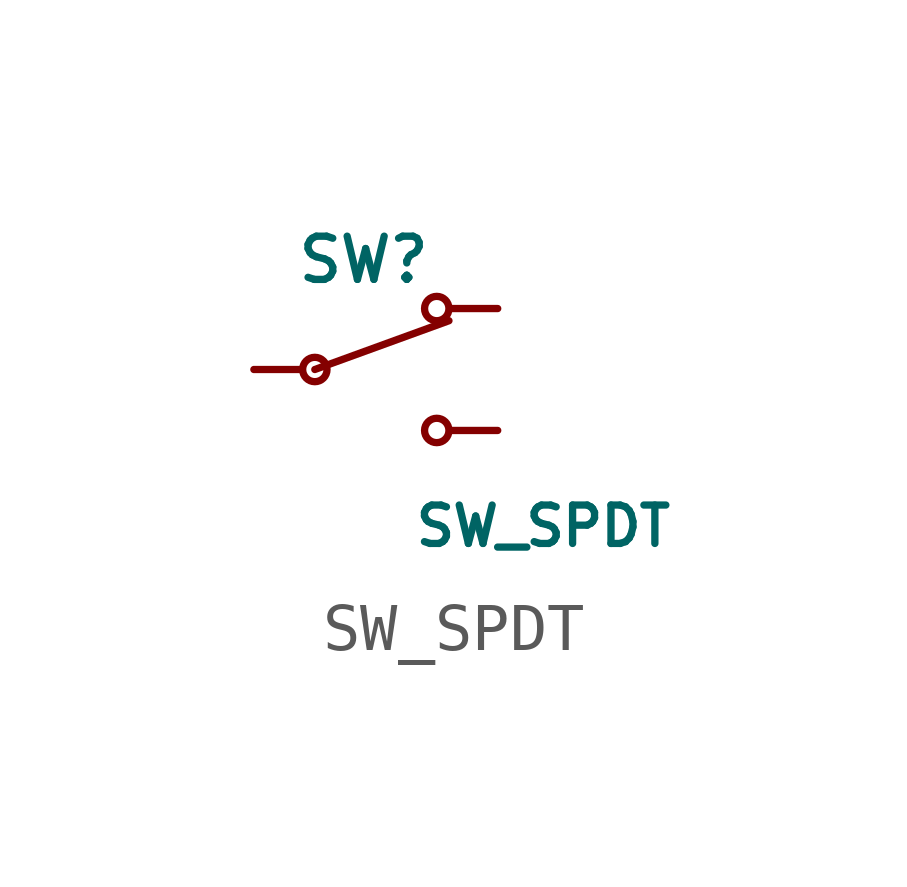
<source format=kicad_sym>
(kicad_symbol_lib
  (version 20231120)
  (generator "kicad_symbol_editor")
  (generator_version "8.0")
  (symbol "SW_SPDT"
    (pin_numbers hide)
    (pin_names
      (offset 0) hide)
    (property "Reference" "SW"
      (at -0.254 2.286 0)
      (effects (font (size 0.9 0.9))))
    (property "Value" "SW_SPDT"
      (at 0.762 -2.794 0)
      (effects (font (size 0.8 0.8)) (justify left top)))
    (symbol "SW_SPDT_0_0"
      (circle (center -1.27 0) (radius 0.254) (stroke (width 0) (type default)) (fill (type none)))
      (circle (center 1.27 -1.27) (radius 0.254) (stroke (width 0) (type default)) (fill (type none)))
      (circle (center 1.27 1.27) (radius 0.254) (stroke (width 0) (type default)) (fill (type none))))
    (symbol "SW_SPDT_0_1"
      (polyline (pts (xy -1.27 0) (xy 1.524 1.016)) (stroke (width 0) (type default)) (fill (type none))))
    (symbol "SW_SPDT_1_1"
      (pin passive line (at -2.54 0 0) (length 1) (name "COM" (effects (font (size 1 1)))) (number "COM" (effects (font (size 1 1)))))
      (pin passive line (at 2.54 1.27 180) (length 1) (name "LC" (effects (font (size 1 1)))) (number "LC" (effects (font (size 1 1)))))
      (pin passive line (at 2.54 -1.27 180) (length 1) (name "RC" (effects (font (size 1 1)))) (number "RC" (effects (font (size 1 1))))))))
</source>
